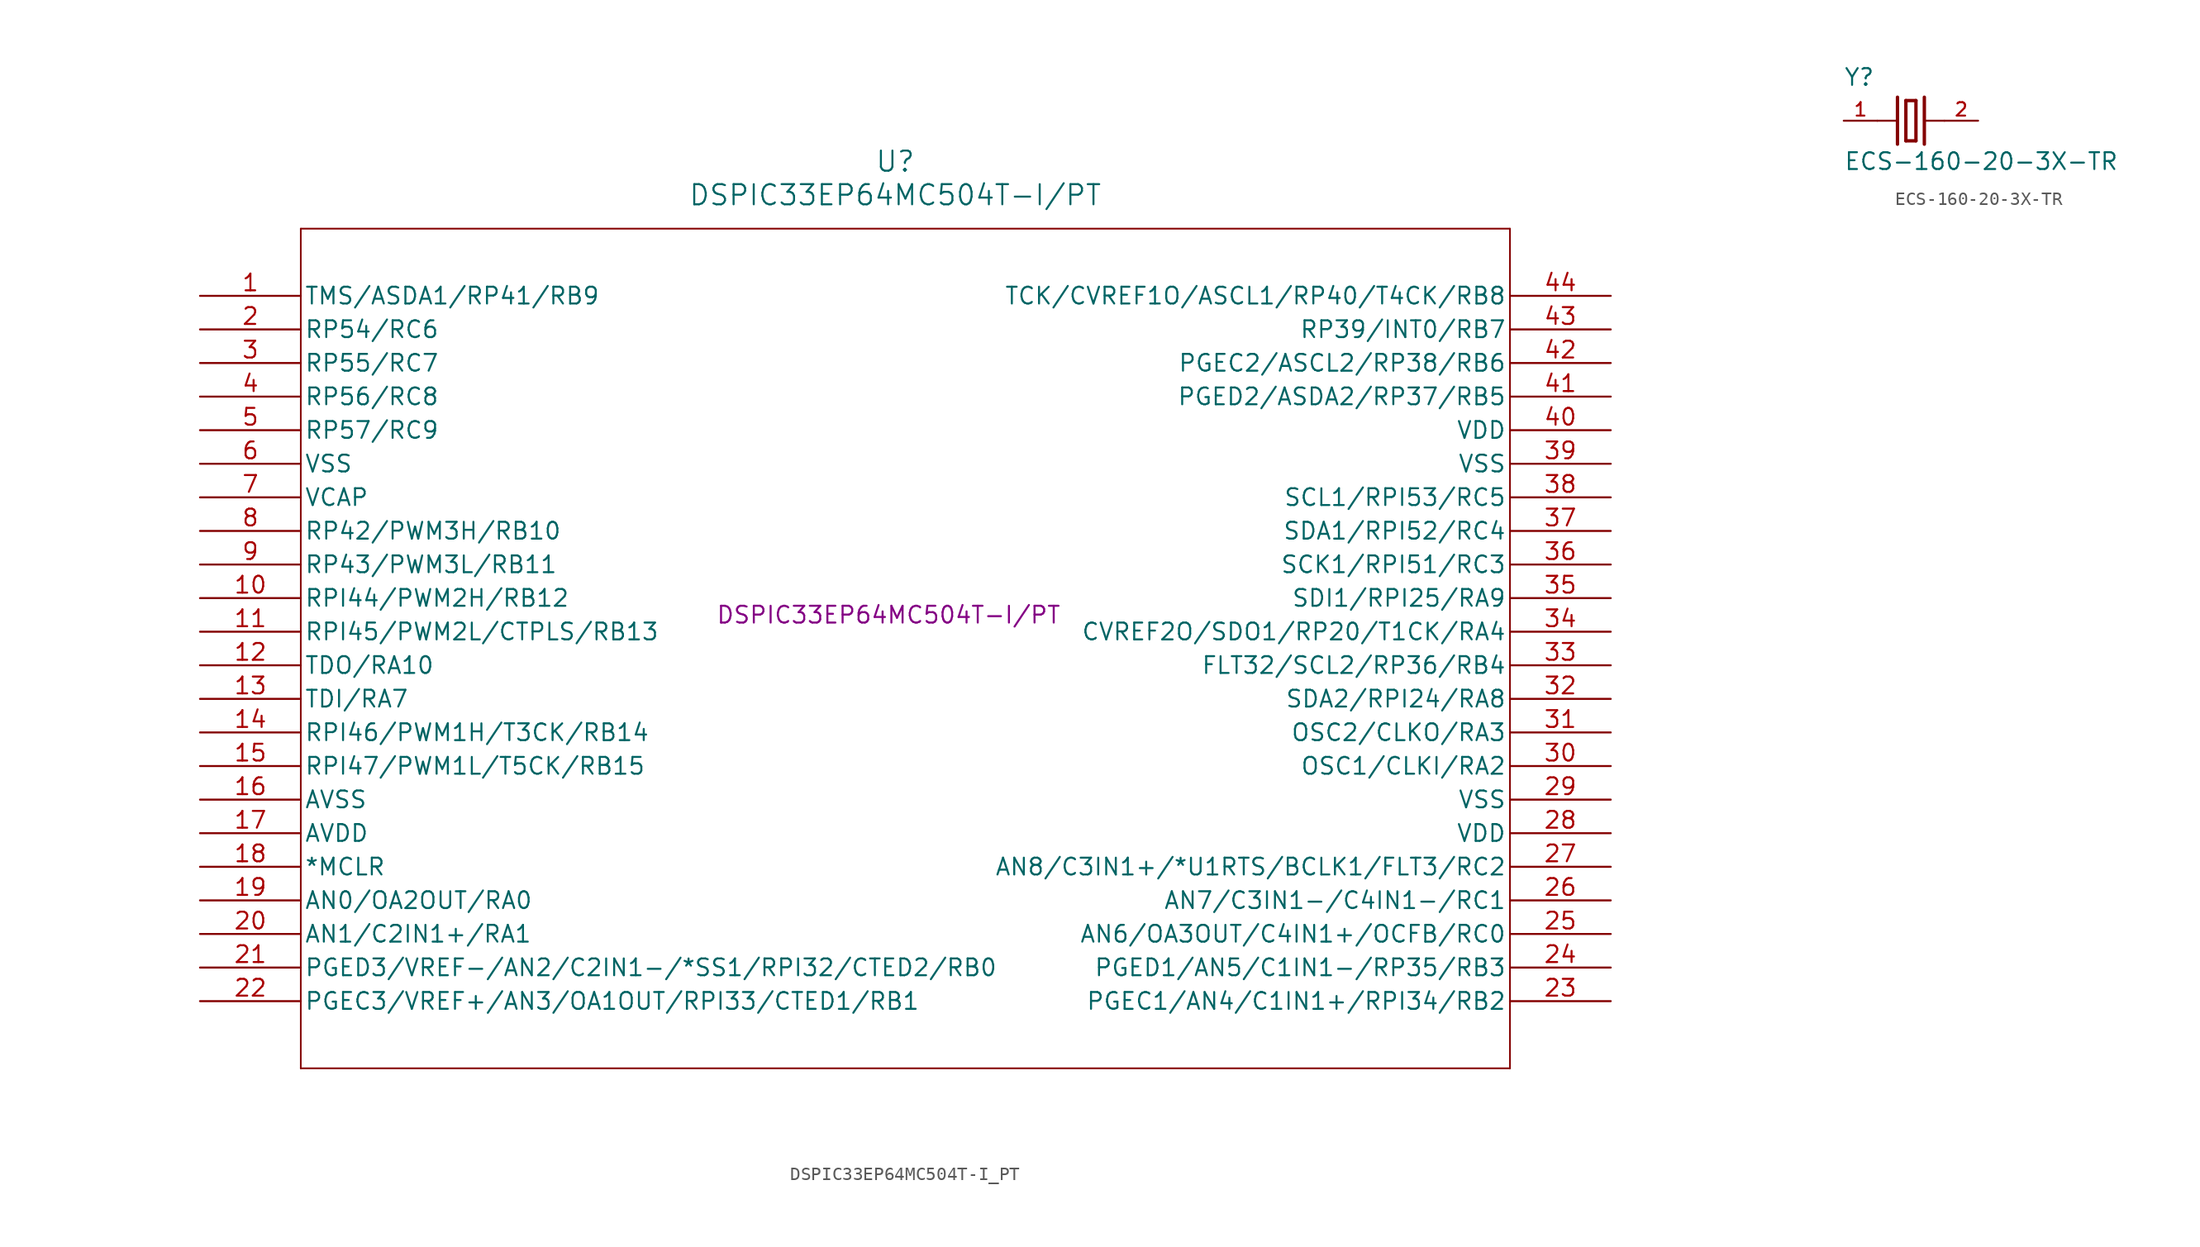
<source format=kicad_sym>
(kicad_symbol_lib
  (version 20241209)
  (generator "kicad_symbol_editor")
  (generator_version "9.0")
  (symbol "DSPIC33EP64MC504T-I_PT"
    (pin_names
      (offset 0.254))
    (property "Reference" "U"
      (at 0.508 34.29 0)
      (effects (font (size 1.524 1.524))))
    (property "Value" "DSPIC33EP64MC504T-I/PT"
      (at 0.508 31.75 0)
      (effects (font (size 1.524 1.524))))
    (property "ManufacturerPartNumber" "DSPIC33EP64MC504T-I/PT"
      (at 0 0 0)
      (effects (font (size 1.27 1.27))))
    (symbol "DSPIC33EP64MC504T-I_PT_0_1"
      (polyline (pts (xy -44.45 29.21) (xy -44.45 -34.29)) (stroke (width 0.127) (type default)) (fill (type none)))
      (polyline (pts (xy -44.45 -34.29) (xy 46.99 -34.29)) (stroke (width 0.127) (type default)) (fill (type none)))
      (polyline (pts (xy 46.99 29.21) (xy -44.45 29.21)) (stroke (width 0.127) (type default)) (fill (type none)))
      (polyline (pts (xy 46.99 -34.29) (xy 46.99 29.21)) (stroke (width 0.127) (type default)) (fill (type none)))
      (pin bidirectional line (at -52.07 24.13 0) (length 7.62) (name "TMS/ASDA1/RP41/RB9" (effects (font (size 1.27 1.27)))) (number "1" (effects (font (size 1.27 1.27)))))
      (pin bidirectional line (at -52.07 21.59 0) (length 7.62) (name "RP54/RC6" (effects (font (size 1.27 1.27)))) (number "2" (effects (font (size 1.27 1.27)))))
      (pin bidirectional line (at -52.07 19.05 0) (length 7.62) (name "RP55/RC7" (effects (font (size 1.27 1.27)))) (number "3" (effects (font (size 1.27 1.27)))))
      (pin bidirectional line (at -52.07 16.51 0) (length 7.62) (name "RP56/RC8" (effects (font (size 1.27 1.27)))) (number "4" (effects (font (size 1.27 1.27)))))
      (pin bidirectional line (at -52.07 13.97 0) (length 7.62) (name "RP57/RC9" (effects (font (size 1.27 1.27)))) (number "5" (effects (font (size 1.27 1.27)))))
      (pin power_in line (at -52.07 11.43 0) (length 7.62) (name "VSS" (effects (font (size 1.27 1.27)))) (number "6" (effects (font (size 1.27 1.27)))))
      (pin power_in line (at -52.07 8.89 0) (length 7.62) (name "VCAP" (effects (font (size 1.27 1.27)))) (number "7" (effects (font (size 1.27 1.27)))))
      (pin bidirectional line (at -52.07 6.35 0) (length 7.62) (name "RP42/PWM3H/RB10" (effects (font (size 1.27 1.27)))) (number "8" (effects (font (size 1.27 1.27)))))
      (pin bidirectional line (at -52.07 3.81 0) (length 7.62) (name "RP43/PWM3L/RB11" (effects (font (size 1.27 1.27)))) (number "9" (effects (font (size 1.27 1.27)))))
      (pin bidirectional line (at -52.07 1.27 0) (length 7.62) (name "RPI44/PWM2H/RB12" (effects (font (size 1.27 1.27)))) (number "10" (effects (font (size 1.27 1.27)))))
      (pin bidirectional line (at -52.07 -1.27 0) (length 7.62) (name "RPI45/PWM2L/CTPLS/RB13" (effects (font (size 1.27 1.27)))) (number "11" (effects (font (size 1.27 1.27)))))
      (pin bidirectional line (at -52.07 -3.81 0) (length 7.62) (name "TDO/RA10" (effects (font (size 1.27 1.27)))) (number "12" (effects (font (size 1.27 1.27)))))
      (pin bidirectional line (at -52.07 -6.35 0) (length 7.62) (name "TDI/RA7" (effects (font (size 1.27 1.27)))) (number "13" (effects (font (size 1.27 1.27)))))
      (pin bidirectional line (at -52.07 -8.89 0) (length 7.62) (name "RPI46/PWM1H/T3CK/RB14" (effects (font (size 1.27 1.27)))) (number "14" (effects (font (size 1.27 1.27)))))
      (pin bidirectional line (at -52.07 -11.43 0) (length 7.62) (name "RPI47/PWM1L/T5CK/RB15" (effects (font (size 1.27 1.27)))) (number "15" (effects (font (size 1.27 1.27)))))
      (pin power_in line (at -52.07 -13.97 0) (length 7.62) (name "AVSS" (effects (font (size 1.27 1.27)))) (number "16" (effects (font (size 1.27 1.27)))))
      (pin power_in line (at -52.07 -16.51 0) (length 7.62) (name "AVDD" (effects (font (size 1.27 1.27)))) (number "17" (effects (font (size 1.27 1.27)))))
      (pin unspecified line (at -52.07 -19.05 0) (length 7.62) (name "*MCLR" (effects (font (size 1.27 1.27)))) (number "18" (effects (font (size 1.27 1.27)))))
      (pin bidirectional line (at -52.07 -21.59 0) (length 7.62) (name "AN0/OA2OUT/RA0" (effects (font (size 1.27 1.27)))) (number "19" (effects (font (size 1.27 1.27)))))
      (pin bidirectional line (at -52.07 -24.13 0) (length 7.62) (name "AN1/C2IN1+/RA1" (effects (font (size 1.27 1.27)))) (number "20" (effects (font (size 1.27 1.27)))))
      (pin bidirectional line (at -52.07 -26.67 0) (length 7.62) (name "PGED3/VREF-/AN2/C2IN1-/*SS1/RPI32/CTED2/RB0" (effects (font (size 1.27 1.27)))) (number "21" (effects (font (size 1.27 1.27)))))
      (pin bidirectional line (at -52.07 -29.21 0) (length 7.62) (name "PGEC3/VREF+/AN3/OA1OUT/RPI33/CTED1/RB1" (effects (font (size 1.27 1.27)))) (number "22" (effects (font (size 1.27 1.27)))))
      (pin bidirectional line (at 54.61 24.13 180) (length 7.62) (name "TCK/CVREF1O/ASCL1/RP40/T4CK/RB8" (effects (font (size 1.27 1.27)))) (number "44" (effects (font (size 1.27 1.27)))))
      (pin bidirectional line (at 54.61 21.59 180) (length 7.62) (name "RP39/INT0/RB7" (effects (font (size 1.27 1.27)))) (number "43" (effects (font (size 1.27 1.27)))))
      (pin bidirectional line (at 54.61 19.05 180) (length 7.62) (name "PGEC2/ASCL2/RP38/RB6" (effects (font (size 1.27 1.27)))) (number "42" (effects (font (size 1.27 1.27)))))
      (pin bidirectional line (at 54.61 16.51 180) (length 7.62) (name "PGED2/ASDA2/RP37/RB5" (effects (font (size 1.27 1.27)))) (number "41" (effects (font (size 1.27 1.27)))))
      (pin power_in line (at 54.61 13.97 180) (length 7.62) (name "VDD" (effects (font (size 1.27 1.27)))) (number "40" (effects (font (size 1.27 1.27)))))
      (pin power_in line (at 54.61 11.43 180) (length 7.62) (name "VSS" (effects (font (size 1.27 1.27)))) (number "39" (effects (font (size 1.27 1.27)))))
      (pin bidirectional line (at 54.61 8.89 180) (length 7.62) (name "SCL1/RPI53/RC5" (effects (font (size 1.27 1.27)))) (number "38" (effects (font (size 1.27 1.27)))))
      (pin bidirectional line (at 54.61 6.35 180) (length 7.62) (name "SDA1/RPI52/RC4" (effects (font (size 1.27 1.27)))) (number "37" (effects (font (size 1.27 1.27)))))
      (pin bidirectional line (at 54.61 3.81 180) (length 7.62) (name "SCK1/RPI51/RC3" (effects (font (size 1.27 1.27)))) (number "36" (effects (font (size 1.27 1.27)))))
      (pin bidirectional line (at 54.61 1.27 180) (length 7.62) (name "SDI1/RPI25/RA9" (effects (font (size 1.27 1.27)))) (number "35" (effects (font (size 1.27 1.27)))))
      (pin bidirectional line (at 54.61 -1.27 180) (length 7.62) (name "CVREF2O/SDO1/RP20/T1CK/RA4" (effects (font (size 1.27 1.27)))) (number "34" (effects (font (size 1.27 1.27)))))
      (pin bidirectional line (at 54.61 -3.81 180) (length 7.62) (name "FLT32/SCL2/RP36/RB4" (effects (font (size 1.27 1.27)))) (number "33" (effects (font (size 1.27 1.27)))))
      (pin bidirectional line (at 54.61 -6.35 180) (length 7.62) (name "SDA2/RPI24/RA8" (effects (font (size 1.27 1.27)))) (number "32" (effects (font (size 1.27 1.27)))))
      (pin bidirectional line (at 54.61 -8.89 180) (length 7.62) (name "OSC2/CLKO/RA3" (effects (font (size 1.27 1.27)))) (number "31" (effects (font (size 1.27 1.27)))))
      (pin bidirectional line (at 54.61 -11.43 180) (length 7.62) (name "OSC1/CLKI/RA2" (effects (font (size 1.27 1.27)))) (number "30" (effects (font (size 1.27 1.27)))))
      (pin power_in line (at 54.61 -13.97 180) (length 7.62) (name "VSS" (effects (font (size 1.27 1.27)))) (number "29" (effects (font (size 1.27 1.27)))))
      (pin power_in line (at 54.61 -16.51 180) (length 7.62) (name "VDD" (effects (font (size 1.27 1.27)))) (number "28" (effects (font (size 1.27 1.27)))))
      (pin bidirectional line (at 54.61 -19.05 180) (length 7.62) (name "AN8/C3IN1+/*U1RTS/BCLK1/FLT3/RC2" (effects (font (size 1.27 1.27)))) (number "27" (effects (font (size 1.27 1.27)))))
      (pin bidirectional line (at 54.61 -21.59 180) (length 7.62) (name "AN7/C3IN1-/C4IN1-/RC1" (effects (font (size 1.27 1.27)))) (number "26" (effects (font (size 1.27 1.27)))))
      (pin bidirectional line (at 54.61 -24.13 180) (length 7.62) (name "AN6/OA3OUT/C4IN1+/OCFB/RC0" (effects (font (size 1.27 1.27)))) (number "25" (effects (font (size 1.27 1.27)))))
      (pin bidirectional line (at 54.61 -26.67 180) (length 7.62) (name "PGED1/AN5/C1IN1-/RP35/RB3" (effects (font (size 1.27 1.27)))) (number "24" (effects (font (size 1.27 1.27)))))
      (pin bidirectional line (at 54.61 -29.21 180) (length 7.62) (name "PGEC1/AN4/C1IN1+/RPI34/RB2" (effects (font (size 1.27 1.27)))) (number "23" (effects (font (size 1.27 1.27)))))))
  (symbol "ECS-160-20-3X-TR"
    (pin_names
      (offset 1.016))
    (property "Reference" "Y"
      (at -5.095 2.548 0)
      (effects (font (size 1.27 1.27)) (justify left bottom)))
    (property "Value" "ECS-160-20-3X-TR"
      (at -5.091 -3.819 0)
      (effects (font (size 1.27 1.27)) (justify left bottom)))
    (symbol "ECS-160-20-3X-TR_0_0"
      (polyline (pts (xy -2.54 0) (xy -1.016 0)) (stroke (width 0.152) (type default)) (fill (type none)))
      (polyline (pts (xy -1.016 1.778) (xy -1.016 -1.778)) (stroke (width 0.254) (type default)) (fill (type none)))
      (polyline (pts (xy -0.381 1.524) (xy -0.381 -1.524)) (stroke (width 0.254) (type default)) (fill (type none)))
      (polyline (pts (xy -0.381 -1.524) (xy 0.381 -1.524)) (stroke (width 0.254) (type default)) (fill (type none)))
      (polyline (pts (xy 0.381 1.524) (xy -0.381 1.524)) (stroke (width 0.254) (type default)) (fill (type none)))
      (polyline (pts (xy 0.381 -1.524) (xy 0.381 1.524)) (stroke (width 0.254) (type default)) (fill (type none)))
      (polyline (pts (xy 1.016 1.778) (xy 1.016 -1.778)) (stroke (width 0.254) (type default)) (fill (type none)))
      (polyline (pts (xy 1.016 0) (xy 2.54 0)) (stroke (width 0.152) (type default)) (fill (type none)))
      (pin passive line (at -5.08 0 0) (length 2.54) (name "~" (effects (font (size 1.016 1.016)))) (number "1" (effects (font (size 1.016 1.016)))))
      (pin passive line (at 5.08 0 180) (length 2.54) (name "~" (effects (font (size 1.016 1.016)))) (number "2" (effects (font (size 1.016 1.016))))))))
</source>
